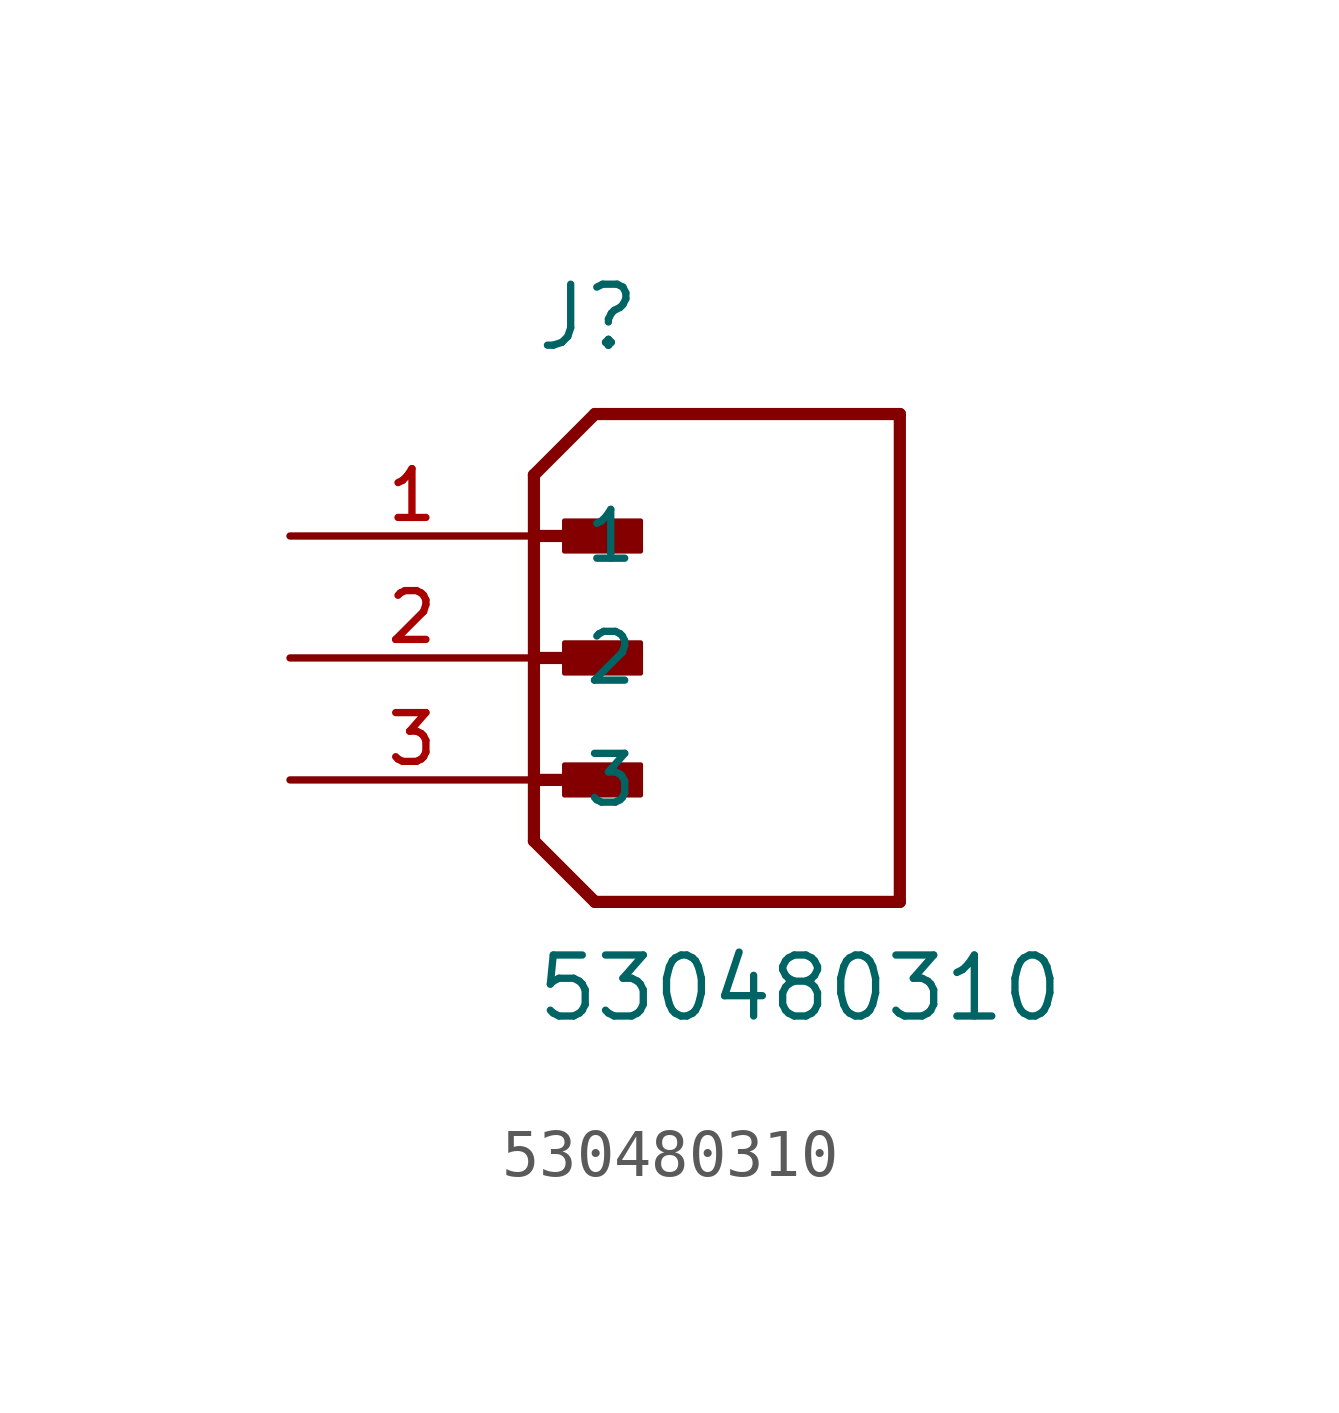
<source format=kicad_sym>
(kicad_symbol_lib
  (version 20211014)
  (generator kicad_symbol_editor)
  (symbol "530480310"
    (pin_names
      (offset 1.016))
    (property "Reference" "J"
      (at 0.0 6.35 0)
      (effects (font (size 1.27 1.27)) (justify bottom left)))
    (property "Value" "530480310"
      (at 0.0 -7.62 0)
      (effects (font (size 1.27 1.27)) (justify bottom left)))
    (symbol "530480310_0_0"
      (polyline (pts (xy 0.0 3.81) (xy 1.27 5.08)) (stroke (width 0.254)))
      (polyline (pts (xy 0.0 -3.81) (xy 1.27 -5.08)) (stroke (width 0.254)))
      (polyline (pts (xy 1.27 -5.08) (xy 7.62 -5.08)) (stroke (width 0.254)))
      (polyline (pts (xy 7.62 -5.08) (xy 7.62 5.08)) (stroke (width 0.254)))
      (polyline (pts (xy 7.62 5.08) (xy 1.27 5.08)) (stroke (width 0.254)))
      (polyline (pts (xy 0.0 2.54) (xy 1.905 2.54)) (stroke (width 0.254)))
      (rectangle (start 0.635 2.223) (end 2.223 2.857) (stroke (width 0.1)) (fill (type outline)))
      (polyline (pts (xy 0.0 0.0) (xy 1.905 0.0)) (stroke (width 0.254)))
      (rectangle (start 0.635 -0.318) (end 2.223 0.318) (stroke (width 0.1)) (fill (type outline)))
      (polyline (pts (xy 0.0 3.81) (xy 0.0 -3.81)) (stroke (width 0.254)))
      (polyline (pts (xy 0.0 -2.54) (xy 1.905 -2.54)) (stroke (width 0.254)))
      (rectangle (start 0.635 -2.857) (end 2.223 -2.223) (stroke (width 0.1)) (fill (type outline)))
      (pin passive line (at -5.08 2.54 0) (length 5.08) (name "1" (effects (font (size 1.016 1.016)))) (number "1" (effects (font (size 1.016 1.016)))))
      (pin passive line (at -5.08 0.0 0) (length 5.08) (name "2" (effects (font (size 1.016 1.016)))) (number "2" (effects (font (size 1.016 1.016)))))
      (pin passive line (at -5.08 -2.54 0) (length 5.08) (name "3" (effects (font (size 1.016 1.016)))) (number "3" (effects (font (size 1.016 1.016))))))))
</source>
